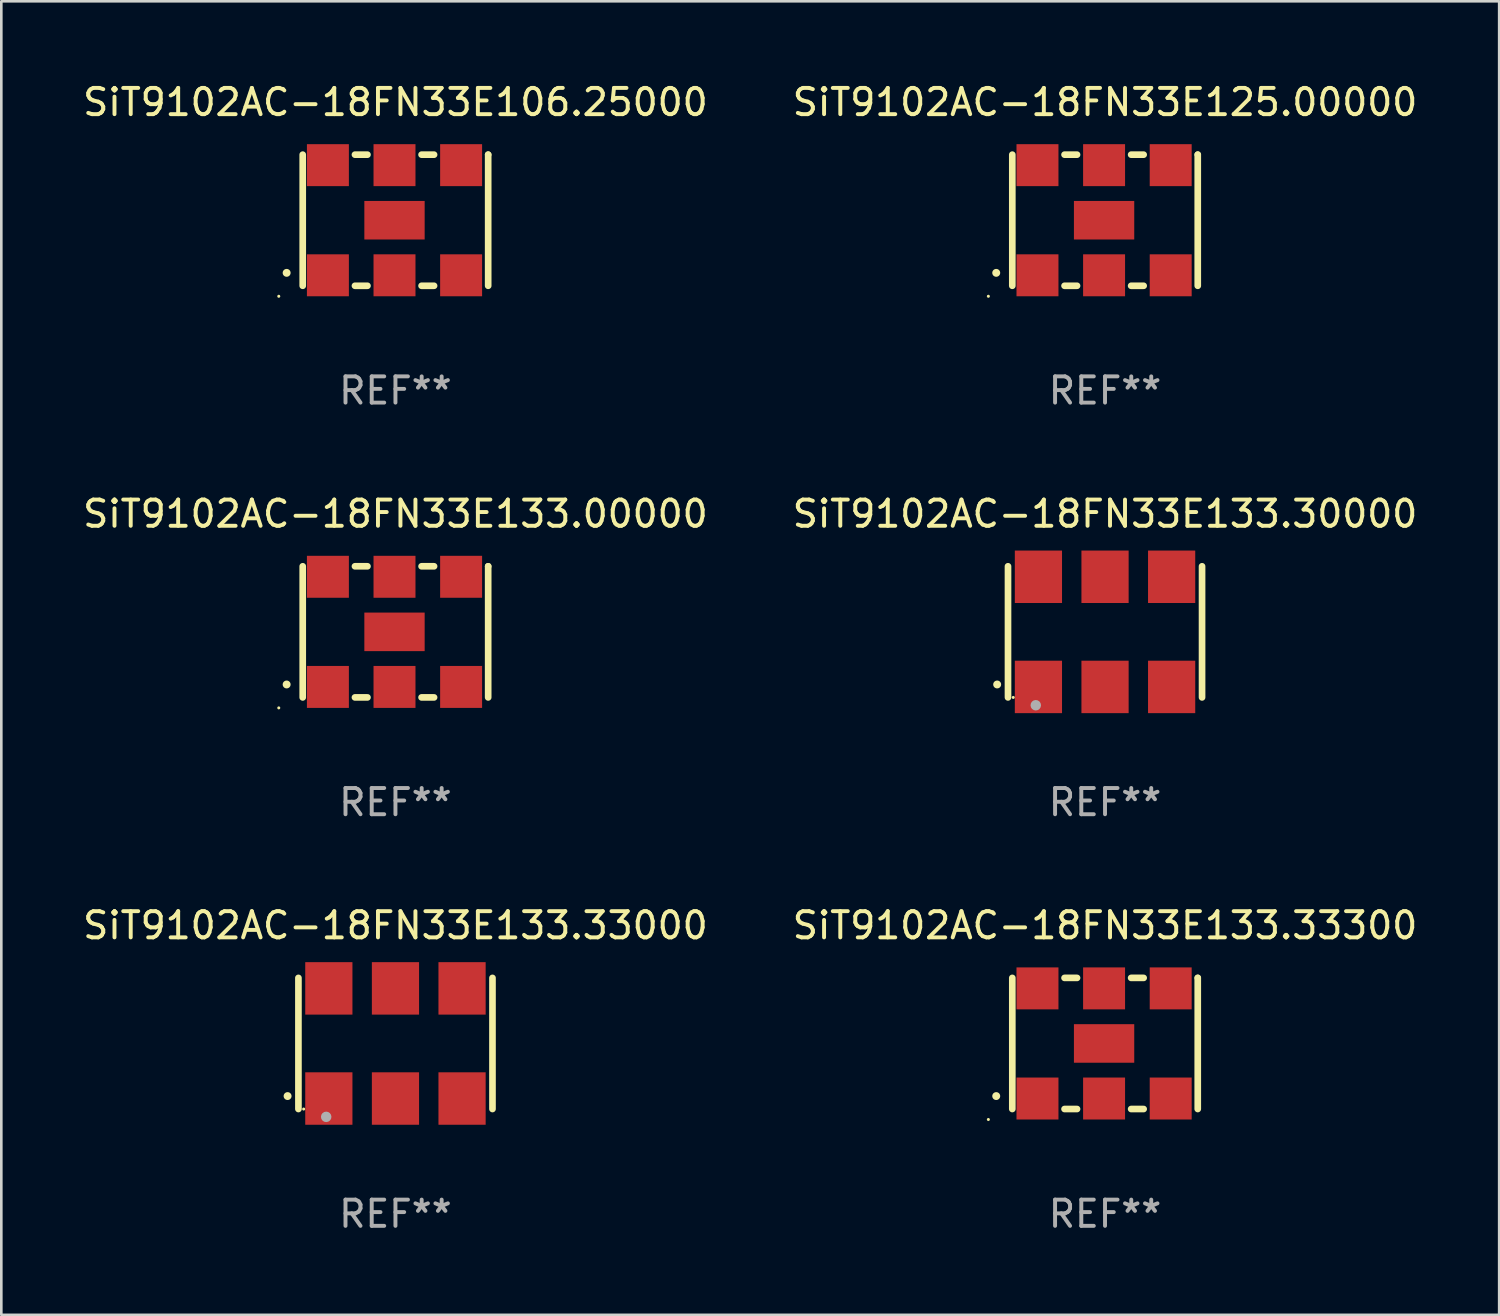
<source format=kicad_pcb>
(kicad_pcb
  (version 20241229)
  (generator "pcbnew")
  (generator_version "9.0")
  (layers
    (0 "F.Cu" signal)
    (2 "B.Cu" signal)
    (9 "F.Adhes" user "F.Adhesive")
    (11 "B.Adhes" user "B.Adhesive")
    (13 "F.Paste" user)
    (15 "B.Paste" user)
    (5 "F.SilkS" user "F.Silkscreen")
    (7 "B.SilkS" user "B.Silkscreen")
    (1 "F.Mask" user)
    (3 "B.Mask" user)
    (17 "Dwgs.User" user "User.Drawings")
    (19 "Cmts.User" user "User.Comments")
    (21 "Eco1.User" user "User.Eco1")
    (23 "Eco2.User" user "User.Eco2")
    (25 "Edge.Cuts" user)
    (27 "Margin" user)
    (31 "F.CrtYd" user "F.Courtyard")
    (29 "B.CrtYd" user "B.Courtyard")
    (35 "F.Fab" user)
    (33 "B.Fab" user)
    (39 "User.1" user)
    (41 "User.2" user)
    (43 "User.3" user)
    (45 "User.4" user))
  (footprint "SiT9102AC-18FN33E133.00000"
    (layer "F.Cu")
    (at 12.03 21.045)
    (property "Reference" "SiT9102AC-18FN33E133.00000" (at 0 -4.5 0) (layer "F.SilkS") (effects (font (size 1 1) (thickness 0.15))))
    (attr through_hole)
    (fp_line (start -3.536 -2.5) (end -3.536 2.5) (stroke (width 0.254) (type solid)) (layer "F.SilkS"))
    (fp_line (start -1.544 2.5) (end -1.067 2.5) (stroke (width 0.254) (type solid)) (layer "F.SilkS"))
    (fp_line (start -1.067 -2.5) (end -1.544 -2.5) (stroke (width 0.254) (type solid)) (layer "F.SilkS"))
    (fp_line (start 0.996 2.5) (end 1.473 2.5) (stroke (width 0.254) (type solid)) (layer "F.SilkS"))
    (fp_line (start 1.473 -2.5) (end 0.996 -2.5) (stroke (width 0.254) (type solid)) (layer "F.SilkS"))
    (fp_line (start 3.536 -2.5) (end 3.536 -2.5) (stroke (width 0.254) (type solid)) (layer "F.SilkS"))
    (fp_line (start 3.536 2.5) (end 3.536 -2.5) (stroke (width 0.254) (type solid)) (layer "F.SilkS"))
    (fp_arc (start -4.150432 2.006604) (mid -4.149162 2.006599) (end -4.147892 2.006604) (stroke (width 0.3) (type solid)) (layer "F.SilkS"))
    (fp_circle (center -4.449 2.9) (end -4.419 2.9) (stroke (width 0.06) (type solid)) (fill no) (layer "F.SilkS"))
    (fp_text user "REF**" (at 0 6.5 0) (layer "F.Fab") (effects (font (size 1 1) (thickness 0.15))))
    (pad "1" smd rect (at -2.576 2.1) (size 1.6 1.6) (layers "F.Cu" "F.Mask" "F.Paste"))
    (pad "2" smd rect (at -0.036 2.1) (size 1.6 1.6) (layers "F.Cu" "F.Mask" "F.Paste"))
    (pad "3" smd rect (at 2.504 2.1) (size 1.6 1.6) (layers "F.Cu" "F.Mask" "F.Paste"))
    (pad "4" smd rect (at 2.504 -2.1) (size 1.6 1.6) (layers "F.Cu" "F.Mask" "F.Paste"))
    (pad "5" smd rect (at -0.036 -2.1) (size 1.6 1.6) (layers "F.Cu" "F.Mask" "F.Paste"))
    (pad "6" smd rect (at -2.576 -2.1) (size 1.6 1.6) (layers "F.Cu" "F.Mask" "F.Paste"))
    (pad "7" smd rect (at -0.036 0) (size 2.3 1.47) (layers "F.Cu" "F.Mask" "F.Paste")))
  (footprint "SiT9102AC-18FN33E125.00000"
    (layer "F.Cu")
    (at 39.089 5.348)
    (property "Reference" "SiT9102AC-18FN33E125.00000" (at 0 -4.5 0) (layer "F.SilkS") (effects (font (size 1 1) (thickness 0.15))))
    (attr through_hole)
    (fp_line (start -3.536 -2.5) (end -3.536 2.5) (stroke (width 0.254) (type solid)) (layer "F.SilkS"))
    (fp_line (start -1.544 2.5) (end -1.067 2.5) (stroke (width 0.254) (type solid)) (layer "F.SilkS"))
    (fp_line (start -1.067 -2.5) (end -1.544 -2.5) (stroke (width 0.254) (type solid)) (layer "F.SilkS"))
    (fp_line (start 0.996 2.5) (end 1.473 2.5) (stroke (width 0.254) (type solid)) (layer "F.SilkS"))
    (fp_line (start 1.473 -2.5) (end 0.996 -2.5) (stroke (width 0.254) (type solid)) (layer "F.SilkS"))
    (fp_line (start 3.536 -2.5) (end 3.536 -2.5) (stroke (width 0.254) (type solid)) (layer "F.SilkS"))
    (fp_line (start 3.536 2.5) (end 3.536 -2.5) (stroke (width 0.254) (type solid)) (layer "F.SilkS"))
    (fp_arc (start -4.150432 2.006604) (mid -4.149162 2.006599) (end -4.147892 2.006604) (stroke (width 0.3) (type solid)) (layer "F.SilkS"))
    (fp_circle (center -4.449 2.9) (end -4.419 2.9) (stroke (width 0.06) (type solid)) (fill no) (layer "F.SilkS"))
    (fp_text user "REF**" (at 0 6.5 0) (layer "F.Fab") (effects (font (size 1 1) (thickness 0.15))))
    (pad "1" smd rect (at -2.576 2.1) (size 1.6 1.6) (layers "F.Cu" "F.Mask" "F.Paste"))
    (pad "2" smd rect (at -0.036 2.1) (size 1.6 1.6) (layers "F.Cu" "F.Mask" "F.Paste"))
    (pad "3" smd rect (at 2.504 2.1) (size 1.6 1.6) (layers "F.Cu" "F.Mask" "F.Paste"))
    (pad "4" smd rect (at 2.504 -2.1) (size 1.6 1.6) (layers "F.Cu" "F.Mask" "F.Paste"))
    (pad "5" smd rect (at -0.036 -2.1) (size 1.6 1.6) (layers "F.Cu" "F.Mask" "F.Paste"))
    (pad "6" smd rect (at -2.576 -2.1) (size 1.6 1.6) (layers "F.Cu" "F.Mask" "F.Paste"))
    (pad "7" smd rect (at -0.036 0) (size 2.3 1.47) (layers "F.Cu" "F.Mask" "F.Paste")))
  (footprint "SiT9102AC-18FN33E133.33300"
    (layer "F.Cu")
    (at 39.089 36.741)
    (property "Reference" "SiT9102AC-18FN33E133.33300" (at 0 -4.5 0) (layer "F.SilkS") (effects (font (size 1 1) (thickness 0.15))))
    (attr through_hole)
    (fp_line (start -3.536 -2.5) (end -3.536 2.5) (stroke (width 0.254) (type solid)) (layer "F.SilkS"))
    (fp_line (start -1.544 2.5) (end -1.067 2.5) (stroke (width 0.254) (type solid)) (layer "F.SilkS"))
    (fp_line (start -1.067 -2.5) (end -1.544 -2.5) (stroke (width 0.254) (type solid)) (layer "F.SilkS"))
    (fp_line (start 0.996 2.5) (end 1.473 2.5) (stroke (width 0.254) (type solid)) (layer "F.SilkS"))
    (fp_line (start 1.473 -2.5) (end 0.996 -2.5) (stroke (width 0.254) (type solid)) (layer "F.SilkS"))
    (fp_line (start 3.536 -2.5) (end 3.536 -2.5) (stroke (width 0.254) (type solid)) (layer "F.SilkS"))
    (fp_line (start 3.536 2.5) (end 3.536 -2.5) (stroke (width 0.254) (type solid)) (layer "F.SilkS"))
    (fp_arc (start -4.150432 2.006604) (mid -4.149162 2.006599) (end -4.147892 2.006604) (stroke (width 0.3) (type solid)) (layer "F.SilkS"))
    (fp_circle (center -4.449 2.9) (end -4.419 2.9) (stroke (width 0.06) (type solid)) (fill no) (layer "F.SilkS"))
    (fp_text user "REF**" (at 0 6.5 0) (layer "F.Fab") (effects (font (size 1 1) (thickness 0.15))))
    (pad "1" smd rect (at -2.576 2.1) (size 1.6 1.6) (layers "F.Cu" "F.Mask" "F.Paste"))
    (pad "2" smd rect (at -0.036 2.1) (size 1.6 1.6) (layers "F.Cu" "F.Mask" "F.Paste"))
    (pad "3" smd rect (at 2.504 2.1) (size 1.6 1.6) (layers "F.Cu" "F.Mask" "F.Paste"))
    (pad "4" smd rect (at 2.504 -2.1) (size 1.6 1.6) (layers "F.Cu" "F.Mask" "F.Paste"))
    (pad "5" smd rect (at -0.036 -2.1) (size 1.6 1.6) (layers "F.Cu" "F.Mask" "F.Paste"))
    (pad "6" smd rect (at -2.576 -2.1) (size 1.6 1.6) (layers "F.Cu" "F.Mask" "F.Paste"))
    (pad "7" smd rect (at -0.036 0) (size 2.3 1.47) (layers "F.Cu" "F.Mask" "F.Paste")))
  (footprint "SiT9102AC-18FN33E133.33000"
    (layer "F.Cu")
    (at 12.03 36.741)
    (property "Reference" "SiT9102AC-18FN33E133.33000" (at 0 -4.5 0) (layer "F.SilkS") (effects (font (size 1 1) (thickness 0.15))))
    (attr through_hole)
    (fp_line (start -3.7 -2.5) (end -3.7 2.5) (stroke (width 0.254) (type solid)) (layer "F.SilkS"))
    (fp_line (start 3.7 -2.5) (end 3.7 2.5) (stroke (width 0.254) (type solid)) (layer "F.SilkS"))
    (fp_arc (start -4.114415 2.006604) (mid -4.113145 2.006599) (end -4.111875 2.006604) (stroke (width 0.3) (type solid)) (layer "F.SilkS"))
    (fp_circle (center -3.5 2.501) (end -3.47 2.501) (stroke (width 0.06) (type solid)) (fill no) (layer "F.SilkS"))
    (fp_circle (center -2.641 2.799) (end -2.541 2.799) (stroke (width 0.2) (type solid)) (fill no) (layer "F.Fab"))
    (fp_text user "REF**" (at 0 6.5 0) (layer "F.Fab") (effects (font (size 1 1) (thickness 0.15))))
    (pad "1" smd rect (at -2.54 2.1) (size 1.8 2) (layers "F.Cu" "F.Mask" "F.Paste"))
    (pad "2" smd rect (at 0.000394 2.1) (size 1.8 2) (layers "F.Cu" "F.Mask" "F.Paste"))
    (pad "3" smd rect (at 2.54 2.1) (size 1.8 2) (layers "F.Cu" "F.Mask" "F.Paste"))
    (pad "4" smd rect (at 2.54 -2.1) (size 1.8 2) (layers "F.Cu" "F.Mask" "F.Paste"))
    (pad "5" smd rect (at 0.000394 -2.1) (size 1.8 2) (layers "F.Cu" "F.Mask" "F.Paste"))
    (pad "6" smd rect (at -2.54 -2.1) (size 1.8 2) (layers "F.Cu" "F.Mask" "F.Paste")))
  (footprint "SiT9102AC-18FN33E133.30000"
    (layer "F.Cu")
    (at 39.089 21.045)
    (property "Reference" "SiT9102AC-18FN33E133.30000" (at 0 -4.5 0) (layer "F.SilkS") (effects (font (size 1 1) (thickness 0.15))))
    (attr through_hole)
    (fp_line (start -3.7 -2.5) (end -3.7 2.5) (stroke (width 0.254) (type solid)) (layer "F.SilkS"))
    (fp_line (start 3.7 -2.5) (end 3.7 2.5) (stroke (width 0.254) (type solid)) (layer "F.SilkS"))
    (fp_arc (start -4.114415 2.006604) (mid -4.113145 2.006599) (end -4.111875 2.006604) (stroke (width 0.3) (type solid)) (layer "F.SilkS"))
    (fp_circle (center -3.5 2.501) (end -3.47 2.501) (stroke (width 0.06) (type solid)) (fill no) (layer "F.SilkS"))
    (fp_circle (center -2.641 2.799) (end -2.541 2.799) (stroke (width 0.2) (type solid)) (fill no) (layer "F.Fab"))
    (fp_text user "REF**" (at 0 6.5 0) (layer "F.Fab") (effects (font (size 1 1) (thickness 0.15))))
    (pad "1" smd rect (at -2.54 2.1) (size 1.8 2) (layers "F.Cu" "F.Mask" "F.Paste"))
    (pad "2" smd rect (at 0.000394 2.1) (size 1.8 2) (layers "F.Cu" "F.Mask" "F.Paste"))
    (pad "3" smd rect (at 2.54 2.1) (size 1.8 2) (layers "F.Cu" "F.Mask" "F.Paste"))
    (pad "4" smd rect (at 2.54 -2.1) (size 1.8 2) (layers "F.Cu" "F.Mask" "F.Paste"))
    (pad "5" smd rect (at 0.000394 -2.1) (size 1.8 2) (layers "F.Cu" "F.Mask" "F.Paste"))
    (pad "6" smd rect (at -2.54 -2.1) (size 1.8 2) (layers "F.Cu" "F.Mask" "F.Paste")))
  (footprint "SiT9102AC-18FN33E106.25000"
    (layer "F.Cu")
    (at 12.03 5.348)
    (property "Reference" "SiT9102AC-18FN33E106.25000" (at 0 -4.5 0) (layer "F.SilkS") (effects (font (size 1 1) (thickness 0.15))))
    (attr through_hole)
    (fp_line (start -3.536 -2.5) (end -3.536 2.5) (stroke (width 0.254) (type solid)) (layer "F.SilkS"))
    (fp_line (start -1.544 2.5) (end -1.067 2.5) (stroke (width 0.254) (type solid)) (layer "F.SilkS"))
    (fp_line (start -1.067 -2.5) (end -1.544 -2.5) (stroke (width 0.254) (type solid)) (layer "F.SilkS"))
    (fp_line (start 0.996 2.5) (end 1.473 2.5) (stroke (width 0.254) (type solid)) (layer "F.SilkS"))
    (fp_line (start 1.473 -2.5) (end 0.996 -2.5) (stroke (width 0.254) (type solid)) (layer "F.SilkS"))
    (fp_line (start 3.536 -2.5) (end 3.536 -2.5) (stroke (width 0.254) (type solid)) (layer "F.SilkS"))
    (fp_line (start 3.536 2.5) (end 3.536 -2.5) (stroke (width 0.254) (type solid)) (layer "F.SilkS"))
    (fp_arc (start -4.150432 2.006604) (mid -4.149162 2.006599) (end -4.147892 2.006604) (stroke (width 0.3) (type solid)) (layer "F.SilkS"))
    (fp_circle (center -4.449 2.9) (end -4.419 2.9) (stroke (width 0.06) (type solid)) (fill no) (layer "F.SilkS"))
    (fp_text user "REF**" (at 0 6.5 0) (layer "F.Fab") (effects (font (size 1 1) (thickness 0.15))))
    (pad "1" smd rect (at -2.576 2.1) (size 1.6 1.6) (layers "F.Cu" "F.Mask" "F.Paste"))
    (pad "2" smd rect (at -0.036 2.1) (size 1.6 1.6) (layers "F.Cu" "F.Mask" "F.Paste"))
    (pad "3" smd rect (at 2.504 2.1) (size 1.6 1.6) (layers "F.Cu" "F.Mask" "F.Paste"))
    (pad "4" smd rect (at 2.504 -2.1) (size 1.6 1.6) (layers "F.Cu" "F.Mask" "F.Paste"))
    (pad "5" smd rect (at -0.036 -2.1) (size 1.6 1.6) (layers "F.Cu" "F.Mask" "F.Paste"))
    (pad "6" smd rect (at -2.576 -2.1) (size 1.6 1.6) (layers "F.Cu" "F.Mask" "F.Paste"))
    (pad "7" smd rect (at -0.036 0) (size 2.3 1.47) (layers "F.Cu" "F.Mask" "F.Paste")))
  (gr_rect
    (start -3 -3)
    (end 54.119 47.09)
    (stroke (width 0.1) (type default))
    (fill no)
    (layer "Edge.Cuts")))
</source>
